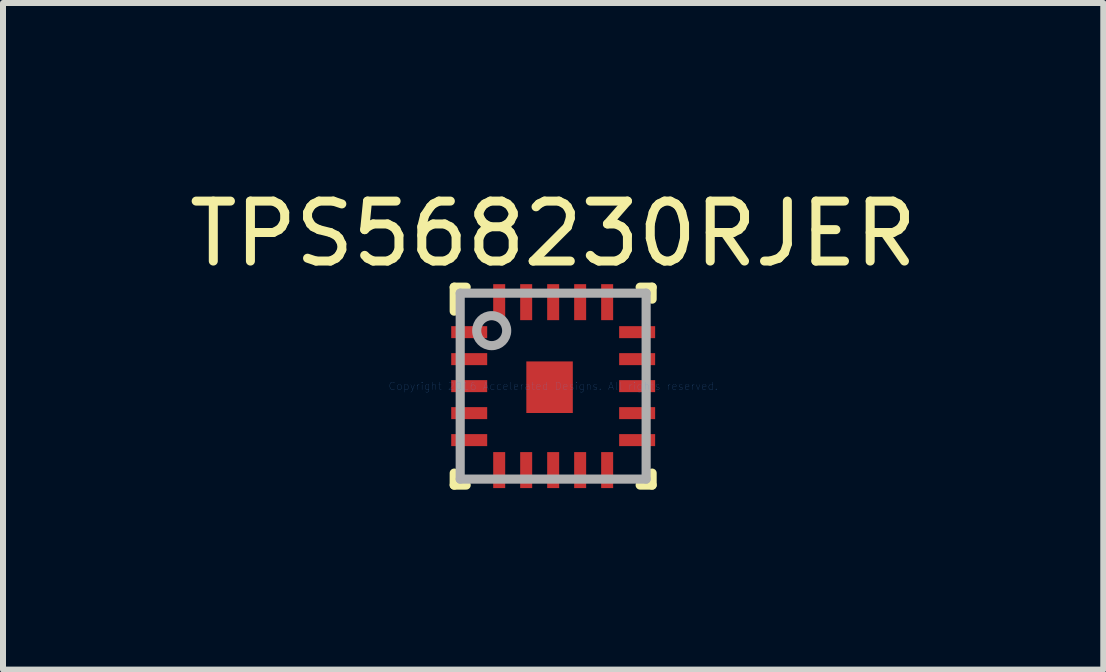
<source format=kicad_pcb>
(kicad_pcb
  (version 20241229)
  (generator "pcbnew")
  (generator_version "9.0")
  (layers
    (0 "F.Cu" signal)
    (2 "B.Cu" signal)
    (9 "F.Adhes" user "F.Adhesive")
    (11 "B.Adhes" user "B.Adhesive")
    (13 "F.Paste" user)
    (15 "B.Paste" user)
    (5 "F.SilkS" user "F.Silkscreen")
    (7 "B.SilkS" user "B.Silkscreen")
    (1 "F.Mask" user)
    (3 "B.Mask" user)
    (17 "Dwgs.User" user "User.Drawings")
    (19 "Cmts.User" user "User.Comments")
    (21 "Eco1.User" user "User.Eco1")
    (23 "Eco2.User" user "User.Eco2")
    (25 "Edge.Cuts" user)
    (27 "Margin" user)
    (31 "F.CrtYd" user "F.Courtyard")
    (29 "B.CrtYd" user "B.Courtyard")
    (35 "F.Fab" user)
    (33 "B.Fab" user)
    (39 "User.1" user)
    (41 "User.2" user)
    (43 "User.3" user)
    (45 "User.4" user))
  (footprint "TPS568230RJER"
    (layer "F.Cu")
    (at 6.173 3.388)
    (property "Reference" "TPS568230RJER" (at 0 -2.54 0) (layer "F.SilkS") (effects (font (size 1 1) (thickness 0.15))))
    (attr through_hole)
    (fp_line (start -1.65 -1.65) (end -1.45 -1.65) (stroke (width 0.152) (type solid)) (layer "F.SilkS"))
    (fp_line (start -1.65 -1.25) (end -1.65 -1.65) (stroke (width 0.152) (type solid)) (layer "F.SilkS"))
    (fp_line (start -1.65 1.65) (end -1.65 1.45) (stroke (width 0.152) (type solid)) (layer "F.SilkS"))
    (fp_line (start -1.65 1.65) (end -1.45 1.65) (stroke (width 0.152) (type solid)) (layer "F.SilkS"))
    (fp_line (start 1.45 -1.65) (end 1.65 -1.65) (stroke (width 0.152) (type solid)) (layer "F.SilkS"))
    (fp_line (start 1.45 1.65) (end 1.65 1.65) (stroke (width 0.152) (type solid)) (layer "F.SilkS"))
    (fp_line (start 1.65 -1.45) (end 1.65 -1.65) (stroke (width 0.152) (type solid)) (layer "F.SilkS"))
    (fp_line (start 1.65 1.65) (end 1.65 1.45) (stroke (width 0.152) (type solid)) (layer "F.SilkS"))
    (fp_line (start -1.55 -1.55) (end 1.55 -1.55) (stroke (width 0.152) (type solid)) (layer "F.Fab"))
    (fp_line (start -1.55 1.55) (end -1.55 -1.55) (stroke (width 0.152) (type solid)) (layer "F.Fab"))
    (fp_line (start -1.55 1.55) (end 1.55 1.55) (stroke (width 0.152) (type solid)) (layer "F.Fab"))
    (fp_line (start 1.55 1.55) (end 1.55 -1.55) (stroke (width 0.152) (type solid)) (layer "F.Fab"))
    (fp_circle (center -1.025 -0.925) (end -0.775 -0.925) (stroke (width 0.152) (type solid)) (fill no) (layer "F.Fab"))
    (fp_text user "Copyright 2016 Accelerated Designs. All rights reserved." (at 0 0 0) (layer "Cmts.User") (effects (font (size 0.127 0.127) (thickness 0.002))))
    (pad "1" smd rect (at -1.4 -0.9) (size 0.6 0.2) (layers "F.Cu" "F.Mask" "F.Paste"))
    (pad "2" smd rect (at -1.4 -0.45) (size 0.6 0.2) (layers "F.Cu" "F.Mask" "F.Paste"))
    (pad "3" smd rect (at -1.4 0) (size 0.6 0.2) (layers "F.Cu" "F.Mask" "F.Paste"))
    (pad "4" smd rect (at -1.4 0.45) (size 0.6 0.2) (layers "F.Cu" "F.Mask" "F.Paste"))
    (pad "5" smd rect (at -1.4 0.9) (size 0.6 0.2) (layers "F.Cu" "F.Mask" "F.Paste"))
    (pad "6" smd rect (at -0.9 1.4 90) (size 0.6 0.2) (layers "F.Cu" "F.Mask" "F.Paste"))
    (pad "7" smd rect (at -0.45 1.4 90) (size 0.6 0.2) (layers "F.Cu" "F.Mask" "F.Paste"))
    (pad "8" smd rect (at 0 1.4 90) (size 0.6 0.2) (layers "F.Cu" "F.Mask" "F.Paste"))
    (pad "9" smd rect (at 0.45 1.4 90) (size 0.6 0.2) (layers "F.Cu" "F.Mask" "F.Paste"))
    (pad "10" smd rect (at 0.9 1.4 90) (size 0.6 0.2) (layers "F.Cu" "F.Mask" "F.Paste"))
    (pad "11" smd rect (at 1.4 0.9) (size 0.6 0.2) (layers "F.Cu" "F.Mask" "F.Paste"))
    (pad "12" smd rect (at 1.4 0.45) (size 0.6 0.2) (layers "F.Cu" "F.Mask" "F.Paste"))
    (pad "13" smd rect (at 1.4 0) (size 0.6 0.2) (layers "F.Cu" "F.Mask" "F.Paste"))
    (pad "14" smd rect (at 1.4 -0.45) (size 0.6 0.2) (layers "F.Cu" "F.Mask" "F.Paste"))
    (pad "15" smd rect (at 1.4 -0.9) (size 0.6 0.2) (layers "F.Cu" "F.Mask" "F.Paste"))
    (pad "16" smd rect (at 0.9 -1.4 90) (size 0.6 0.2) (layers "F.Cu" "F.Mask" "F.Paste"))
    (pad "17" smd rect (at 0.45 -1.4 90) (size 0.6 0.2) (layers "F.Cu" "F.Mask" "F.Paste"))
    (pad "18" smd rect (at 0 -1.4 90) (size 0.6 0.2) (layers "F.Cu" "F.Mask" "F.Paste"))
    (pad "19" smd rect (at -0.45 -1.4 90) (size 0.6 0.2) (layers "F.Cu" "F.Mask" "F.Paste"))
    (pad "20" smd rect (at -0.9 -1.4 90) (size 0.6 0.2) (layers "F.Cu" "F.Mask" "F.Paste"))
    (pad "21" smd rect (at -0.06 0.018) (size 0.775 0.86) (layers "F.Cu" "F.Mask" "F.Paste")))
  (gr_rect
    (start -3 -3)
    (end 15.345 8.114)
    (stroke (width 0.1) (type default))
    (fill no)
    (layer "Edge.Cuts")))
</source>
